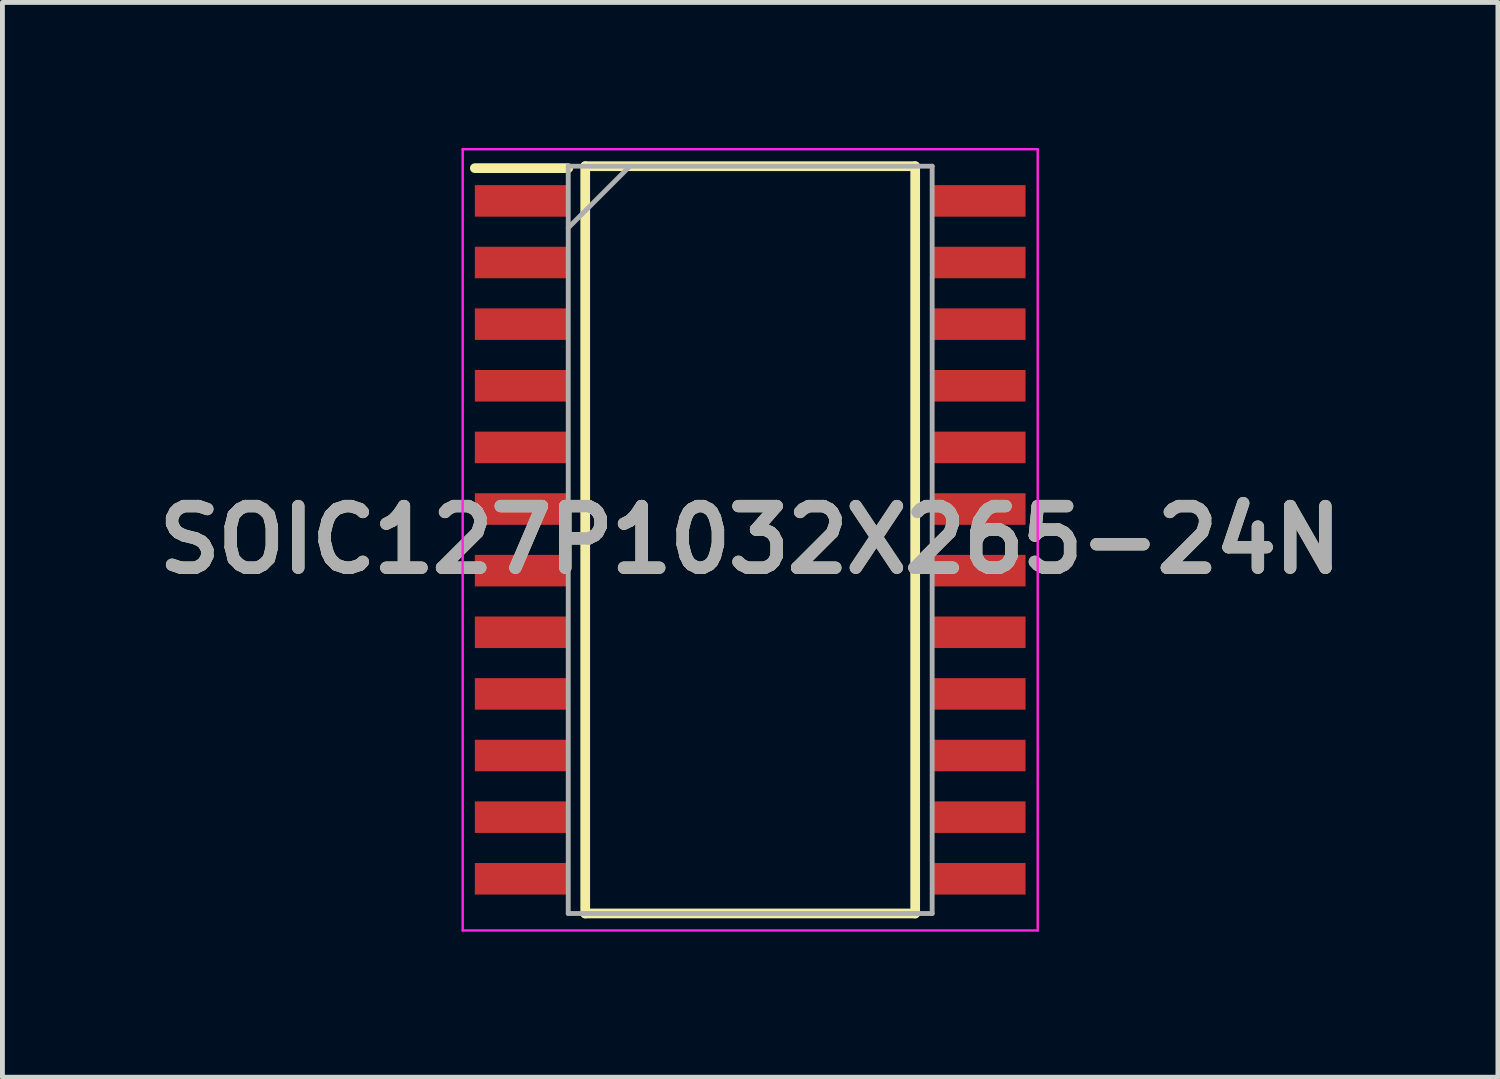
<source format=kicad_pcb>
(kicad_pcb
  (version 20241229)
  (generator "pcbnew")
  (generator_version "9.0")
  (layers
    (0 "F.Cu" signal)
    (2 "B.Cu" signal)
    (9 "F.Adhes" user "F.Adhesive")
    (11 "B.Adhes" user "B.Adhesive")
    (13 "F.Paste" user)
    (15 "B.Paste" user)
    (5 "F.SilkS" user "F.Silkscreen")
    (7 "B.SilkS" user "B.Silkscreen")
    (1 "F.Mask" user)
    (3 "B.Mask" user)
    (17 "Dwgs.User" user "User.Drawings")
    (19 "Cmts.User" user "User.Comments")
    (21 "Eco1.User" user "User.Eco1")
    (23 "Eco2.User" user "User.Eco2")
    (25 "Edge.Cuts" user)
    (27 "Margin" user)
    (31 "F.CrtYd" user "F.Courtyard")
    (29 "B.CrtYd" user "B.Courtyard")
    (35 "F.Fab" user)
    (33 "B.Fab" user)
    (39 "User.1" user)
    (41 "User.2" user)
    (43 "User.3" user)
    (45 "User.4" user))
  (footprint "SOIC127P1032X265-24N"
    (layer "F.Cu")
    (at 12.41 8.075)
    (property "Reference" "SOIC127P1032X265-24N" (at 0 0 0) (layer "F.SilkS") (effects (font (size 1.27 1.27) (thickness 0.254))))
    (attr smd)
    (fp_line (start -5.675 -7.66) (end -3.75 -7.66) (stroke (width 0.2) (type solid)) (layer "F.SilkS"))
    (fp_line (start -3.4 -7.7) (end 3.4 -7.7) (stroke (width 0.2) (type solid)) (layer "F.SilkS"))
    (fp_line (start -3.4 7.7) (end -3.4 -7.7) (stroke (width 0.2) (type solid)) (layer "F.SilkS"))
    (fp_line (start 3.4 -7.7) (end 3.4 7.7) (stroke (width 0.2) (type solid)) (layer "F.SilkS"))
    (fp_line (start 3.4 7.7) (end -3.4 7.7) (stroke (width 0.2) (type solid)) (layer "F.SilkS"))
    (fp_line (start -5.925 -8.05) (end 5.925 -8.05) (stroke (width 0.05) (type solid)) (layer "F.CrtYd"))
    (fp_line (start -5.925 8.05) (end -5.925 -8.05) (stroke (width 0.05) (type solid)) (layer "F.CrtYd"))
    (fp_line (start 5.925 -8.05) (end 5.925 8.05) (stroke (width 0.05) (type solid)) (layer "F.CrtYd"))
    (fp_line (start 5.925 8.05) (end -5.925 8.05) (stroke (width 0.05) (type solid)) (layer "F.CrtYd"))
    (fp_line (start -3.75 -7.7) (end 3.75 -7.7) (stroke (width 0.1) (type solid)) (layer "F.Fab"))
    (fp_line (start -3.75 -6.43) (end -2.48 -7.7) (stroke (width 0.1) (type solid)) (layer "F.Fab"))
    (fp_line (start -3.75 7.7) (end -3.75 -7.7) (stroke (width 0.1) (type solid)) (layer "F.Fab"))
    (fp_line (start 3.75 -7.7) (end 3.75 7.7) (stroke (width 0.1) (type solid)) (layer "F.Fab"))
    (fp_line (start 3.75 7.7) (end -3.75 7.7) (stroke (width 0.1) (type solid)) (layer "F.Fab"))
    (fp_text user "${REFERENCE}" (at 0 0 0) (layer "F.Fab") (effects (font (size 1.27 1.27) (thickness 0.254))))
    (pad "1" smd rect (at -4.712 -6.985 90) (size 0.65 1.925) (layers "F.Cu" "F.Mask" "F.Paste"))
    (pad "2" smd rect (at -4.712 -5.715 90) (size 0.65 1.925) (layers "F.Cu" "F.Mask" "F.Paste"))
    (pad "3" smd rect (at -4.712 -4.445 90) (size 0.65 1.925) (layers "F.Cu" "F.Mask" "F.Paste"))
    (pad "4" smd rect (at -4.712 -3.175 90) (size 0.65 1.925) (layers "F.Cu" "F.Mask" "F.Paste"))
    (pad "5" smd rect (at -4.712 -1.905 90) (size 0.65 1.925) (layers "F.Cu" "F.Mask" "F.Paste"))
    (pad "6" smd rect (at -4.712 -0.635 90) (size 0.65 1.925) (layers "F.Cu" "F.Mask" "F.Paste"))
    (pad "7" smd rect (at -4.712 0.635 90) (size 0.65 1.925) (layers "F.Cu" "F.Mask" "F.Paste"))
    (pad "8" smd rect (at -4.712 1.905 90) (size 0.65 1.925) (layers "F.Cu" "F.Mask" "F.Paste"))
    (pad "9" smd rect (at -4.712 3.175 90) (size 0.65 1.925) (layers "F.Cu" "F.Mask" "F.Paste"))
    (pad "10" smd rect (at -4.712 4.445 90) (size 0.65 1.925) (layers "F.Cu" "F.Mask" "F.Paste"))
    (pad "11" smd rect (at -4.712 5.715 90) (size 0.65 1.925) (layers "F.Cu" "F.Mask" "F.Paste"))
    (pad "12" smd rect (at -4.712 6.985 90) (size 0.65 1.925) (layers "F.Cu" "F.Mask" "F.Paste"))
    (pad "13" smd rect (at 4.712 6.985 90) (size 0.65 1.925) (layers "F.Cu" "F.Mask" "F.Paste"))
    (pad "14" smd rect (at 4.712 5.715 90) (size 0.65 1.925) (layers "F.Cu" "F.Mask" "F.Paste"))
    (pad "15" smd rect (at 4.712 4.445 90) (size 0.65 1.925) (layers "F.Cu" "F.Mask" "F.Paste"))
    (pad "16" smd rect (at 4.712 3.175 90) (size 0.65 1.925) (layers "F.Cu" "F.Mask" "F.Paste"))
    (pad "17" smd rect (at 4.712 1.905 90) (size 0.65 1.925) (layers "F.Cu" "F.Mask" "F.Paste"))
    (pad "18" smd rect (at 4.712 0.635 90) (size 0.65 1.925) (layers "F.Cu" "F.Mask" "F.Paste"))
    (pad "19" smd rect (at 4.712 -0.635 90) (size 0.65 1.925) (layers "F.Cu" "F.Mask" "F.Paste"))
    (pad "20" smd rect (at 4.712 -1.905 90) (size 0.65 1.925) (layers "F.Cu" "F.Mask" "F.Paste"))
    (pad "21" smd rect (at 4.712 -3.175 90) (size 0.65 1.925) (layers "F.Cu" "F.Mask" "F.Paste"))
    (pad "22" smd rect (at 4.712 -4.445 90) (size 0.65 1.925) (layers "F.Cu" "F.Mask" "F.Paste"))
    (pad "23" smd rect (at 4.712 -5.715 90) (size 0.65 1.925) (layers "F.Cu" "F.Mask" "F.Paste"))
    (pad "24" smd rect (at 4.712 -6.985 90) (size 0.65 1.925) (layers "F.Cu" "F.Mask" "F.Paste")))
  (gr_rect
    (start -3 -3)
    (end 27.819 19.15)
    (stroke (width 0.1) (type default))
    (fill no)
    (layer "Edge.Cuts")))
</source>
